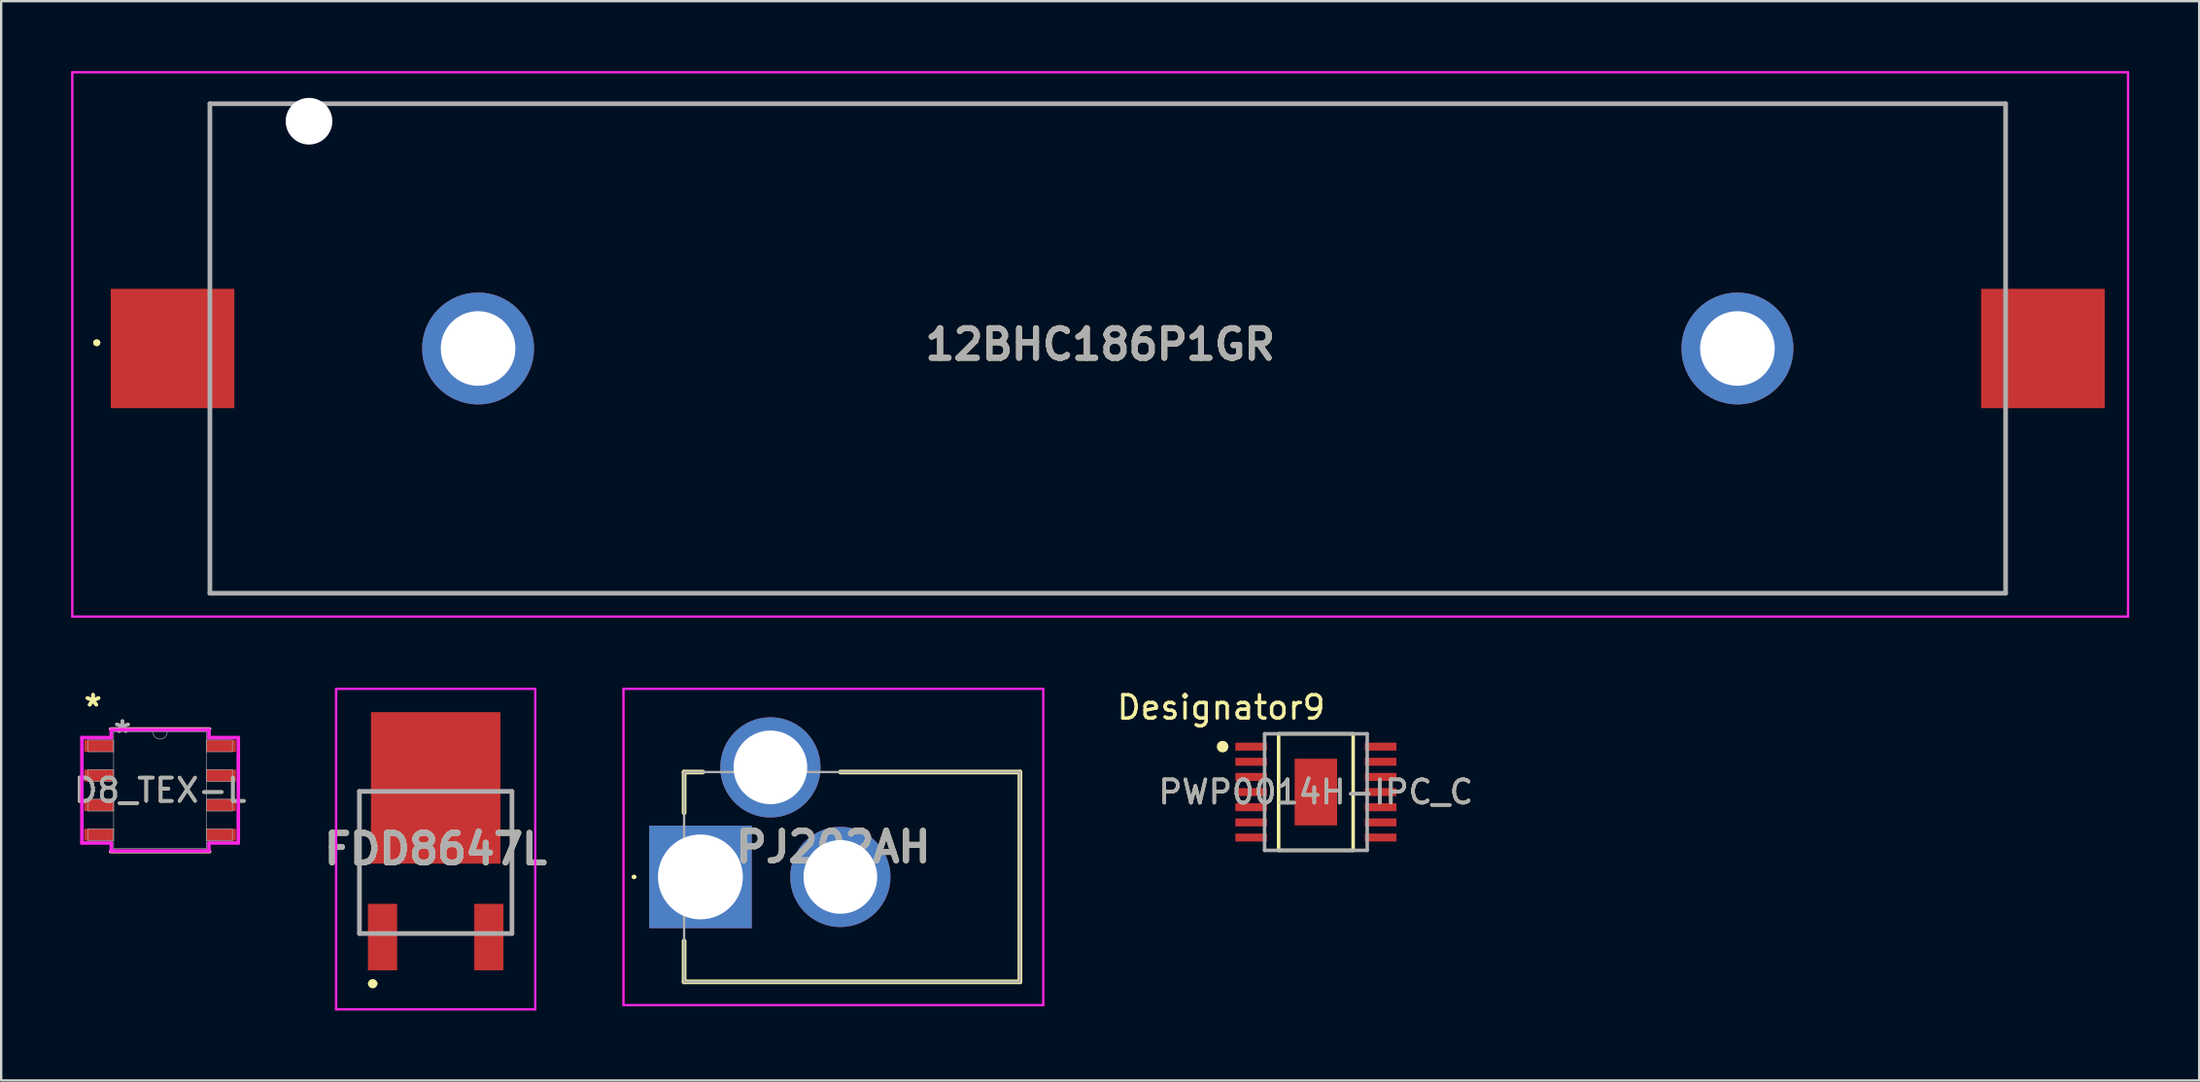
<source format=kicad_pcb>
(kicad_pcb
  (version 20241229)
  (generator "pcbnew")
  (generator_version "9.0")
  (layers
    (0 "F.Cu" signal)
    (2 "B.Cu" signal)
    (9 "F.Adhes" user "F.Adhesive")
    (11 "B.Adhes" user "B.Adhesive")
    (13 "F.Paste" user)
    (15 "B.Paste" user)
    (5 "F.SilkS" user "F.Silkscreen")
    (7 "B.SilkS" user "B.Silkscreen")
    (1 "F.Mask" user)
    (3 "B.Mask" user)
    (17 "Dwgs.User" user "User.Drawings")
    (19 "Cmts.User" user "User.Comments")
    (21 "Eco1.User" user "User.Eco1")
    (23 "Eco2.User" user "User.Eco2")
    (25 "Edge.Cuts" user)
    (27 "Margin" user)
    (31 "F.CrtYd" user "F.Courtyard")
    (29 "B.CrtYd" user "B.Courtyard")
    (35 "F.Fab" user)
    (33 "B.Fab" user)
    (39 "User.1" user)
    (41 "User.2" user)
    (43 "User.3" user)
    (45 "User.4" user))
  (footprint "PJ202AH"
    (layer "F.Cu")
    (at 26.984 34.57)
    (property "Reference" "PJ202AH" (at 5.7 -1.285 0) (layer "F.SilkS") (effects (font (size 1.27 1.27) (thickness 0.254))))
    (attr through_hole)
    (fp_line (start -2.9 0) (end -2.9 0) (stroke (width 0.1) (type solid)) (layer "F.SilkS"))
    (fp_line (start -2.8 0) (end -2.8 0) (stroke (width 0.1) (type solid)) (layer "F.SilkS"))
    (fp_line (start -0.7 -4.5) (end -0.7 -2.75) (stroke (width 0.2) (type solid)) (layer "F.SilkS"))
    (fp_line (start -0.7 2.75) (end -0.7 4.5) (stroke (width 0.2) (type solid)) (layer "F.SilkS"))
    (fp_line (start -0.7 4.5) (end 13.7 4.5) (stroke (width 0.2) (type solid)) (layer "F.SilkS"))
    (fp_line (start 0.1 -4.5) (end -0.7 -4.5) (stroke (width 0.2) (type solid)) (layer "F.SilkS"))
    (fp_line (start 13.7 -4.5) (end 6 -4.5) (stroke (width 0.2) (type solid)) (layer "F.SilkS"))
    (fp_line (start 13.7 4.5) (end 13.7 -4.5) (stroke (width 0.2) (type solid)) (layer "F.SilkS"))
    (fp_arc (start -2.9 0) (mid -2.85 -0.05) (end -2.8 0) (stroke (width 0.1) (type solid)) (layer "F.SilkS"))
    (fp_arc (start -2.8 0) (mid -2.85 0.05) (end -2.9 0) (stroke (width 0.1) (type solid)) (layer "F.SilkS"))
    (fp_line (start -3.3 -8.07) (end 14.7 -8.07) (stroke (width 0.1) (type solid)) (layer "F.CrtYd"))
    (fp_line (start -3.3 5.5) (end -3.3 -8.07) (stroke (width 0.1) (type solid)) (layer "F.CrtYd"))
    (fp_line (start 14.7 -8.07) (end 14.7 5.5) (stroke (width 0.1) (type solid)) (layer "F.CrtYd"))
    (fp_line (start 14.7 5.5) (end -3.3 5.5) (stroke (width 0.1) (type solid)) (layer "F.CrtYd"))
    (fp_line (start -0.7 -4.5) (end 13.7 -4.5) (stroke (width 0.1) (type solid)) (layer "F.Fab"))
    (fp_line (start -0.7 4.5) (end -0.7 -4.5) (stroke (width 0.1) (type solid)) (layer "F.Fab"))
    (fp_line (start 13.7 -4.5) (end 13.7 4.5) (stroke (width 0.1) (type solid)) (layer "F.Fab"))
    (fp_line (start 13.7 4.5) (end -0.7 4.5) (stroke (width 0.1) (type solid)) (layer "F.Fab"))
    (fp_text user "${REFERENCE}" (at 5.7 -1.285 0) (layer "F.Fab") (effects (font (size 1.27 1.27) (thickness 0.254))))
    (pad "1" thru_hole rect (at 0 0) (size 4.4 4.4) (drill 3.64) (layers "*.Cu" "*.Mask"))
    (pad "2" thru_hole circle (at 6 0) (size 4.3 4.3) (drill 3.16) (layers "*.Cu" "*.Mask"))
    (pad "3" thru_hole circle (at 3 -4.7) (size 4.3 4.3) (drill 3.16) (layers "*.Cu" "*.Mask")))
  (footprint "PWP0014H-IPC_C"
    (layer "F.Cu")
    (at 53.375 30.93)
    (property "Reference" "PWP0014H-IPC_C" (at 0 0 0) (unlocked yes) (layer "F.SilkS") (effects (font (size 1 1) (thickness 0.15))))
    (attr smd)
    (fp_line (start -1.598 -2.5) (end 1.598 -2.5) (stroke (width 0.15) (type solid)) (layer "F.SilkS"))
    (fp_line (start -1.598 2.5) (end -1.598 -2.5) (stroke (width 0.15) (type solid)) (layer "F.SilkS"))
    (fp_line (start -1.598 2.5) (end 1.598 2.5) (stroke (width 0.15) (type solid)) (layer "F.SilkS"))
    (fp_line (start 1.598 2.5) (end 1.598 -2.5) (stroke (width 0.15) (type solid)) (layer "F.SilkS"))
    (fp_circle (center -4 -1.95) (end -3.875 -1.95) (stroke (width 0.25) (type solid)) (fill no) (layer "F.SilkS"))
    (fp_poly (pts (xy -0.507 1.027) (xy 0.507 1.027) (xy 0.507 -1.027) (xy -0.507 -1.027)) (stroke (width 0) (type solid)) (fill yes) (layer "F.Paste"))
    (fp_line (start -2.2 -2.5) (end 2.2 -2.5) (stroke (width 0.15) (type solid)) (layer "F.Fab"))
    (fp_line (start -2.2 2.5) (end -2.2 -2.5) (stroke (width 0.15) (type solid)) (layer "F.Fab"))
    (fp_line (start -2.2 2.5) (end 2.2 2.5) (stroke (width 0.15) (type solid)) (layer "F.Fab"))
    (fp_line (start 2.2 2.5) (end 2.2 -2.5) (stroke (width 0.15) (type solid)) (layer "F.Fab"))
    (fp_text user "Designator9" (at -4.064 -3.632 0) (unlocked yes) (layer "F.SilkS") (effects (font (size 1 1) (thickness 0.15))))
    (fp_text user "${REFERENCE}" (at 0 0 0) (unlocked yes) (layer "F.Fab") (effects (font (size 1 1) (thickness 0.15))))
    (pad "1" smd rect (at -2.775 -1.95) (size 1.355 0.341) (layers "F.Cu" "F.Mask" "F.Paste"))
    (pad "2" smd rect (at -2.775 -1.3) (size 1.355 0.341) (layers "F.Cu" "F.Mask" "F.Paste"))
    (pad "3" smd rect (at -2.775 -0.65) (size 1.355 0.341) (layers "F.Cu" "F.Mask" "F.Paste"))
    (pad "4" smd rect (at -2.775 0) (size 1.355 0.341) (layers "F.Cu" "F.Mask" "F.Paste"))
    (pad "5" smd rect (at -2.775 0.65) (size 1.355 0.341) (layers "F.Cu" "F.Mask" "F.Paste"))
    (pad "6" smd rect (at -2.775 1.3) (size 1.355 0.341) (layers "F.Cu" "F.Mask" "F.Paste"))
    (pad "7" smd rect (at -2.775 1.95) (size 1.355 0.341) (layers "F.Cu" "F.Mask" "F.Paste"))
    (pad "8" smd rect (at 2.775 1.95) (size 1.355 0.341) (layers "F.Cu" "F.Mask" "F.Paste"))
    (pad "9" smd rect (at 2.775 1.3) (size 1.355 0.341) (layers "F.Cu" "F.Mask" "F.Paste"))
    (pad "10" smd rect (at 2.775 0.65) (size 1.355 0.341) (layers "F.Cu" "F.Mask" "F.Paste"))
    (pad "11" smd rect (at 2.775 0) (size 1.355 0.341) (layers "F.Cu" "F.Mask" "F.Paste"))
    (pad "12" smd rect (at 2.775 -0.65) (size 1.355 0.341) (layers "F.Cu" "F.Mask" "F.Paste"))
    (pad "13" smd rect (at 2.775 -1.3) (size 1.355 0.341) (layers "F.Cu" "F.Mask" "F.Paste"))
    (pad "14" smd rect (at 2.775 -1.95) (size 1.355 0.341) (layers "F.Cu" "F.Mask" "F.Paste"))
    (pad "15" smd rect (at 0 0) (size 1.82 2.86) (layers "F.Cu" "F.Mask")))
  (footprint "D8_TEX-L"
    (layer "F.Cu")
    (at 3.815 30.854)
    (property "Reference" "D8_TEX-L" (at 0 0 0) (unlocked yes) (layer "F.SilkS") (effects (font (size 1 1) (thickness 0.15))))
    (attr smd)
    (fp_line (start -2.121 2.629) (end 2.121 2.629) (stroke (width 0.152) (type solid)) (layer "F.SilkS"))
    (fp_line (start 2.121 -2.629) (end -2.121 -2.629) (stroke (width 0.152) (type solid)) (layer "F.SilkS"))
    (fp_line (start -3.353 -2.261) (end -2.095 -2.261) (stroke (width 0.152) (type solid)) (layer "F.CrtYd"))
    (fp_line (start -3.353 2.261) (end -3.353 -2.261) (stroke (width 0.152) (type solid)) (layer "F.CrtYd"))
    (fp_line (start -3.353 2.261) (end -2.095 2.261) (stroke (width 0.152) (type solid)) (layer "F.CrtYd"))
    (fp_line (start -2.095 -2.603) (end 2.095 -2.603) (stroke (width 0.152) (type solid)) (layer "F.CrtYd"))
    (fp_line (start -2.095 -2.261) (end -2.095 -2.603) (stroke (width 0.152) (type solid)) (layer "F.CrtYd"))
    (fp_line (start -2.095 2.603) (end -2.095 2.261) (stroke (width 0.152) (type solid)) (layer "F.CrtYd"))
    (fp_line (start 2.095 -2.603) (end 2.095 -2.261) (stroke (width 0.152) (type solid)) (layer "F.CrtYd"))
    (fp_line (start 2.095 2.261) (end 2.095 2.603) (stroke (width 0.152) (type solid)) (layer "F.CrtYd"))
    (fp_line (start 2.095 2.603) (end -2.095 2.603) (stroke (width 0.152) (type solid)) (layer "F.CrtYd"))
    (fp_line (start 3.353 -2.261) (end 2.095 -2.261) (stroke (width 0.152) (type solid)) (layer "F.CrtYd"))
    (fp_line (start 3.353 -2.261) (end 3.353 2.261) (stroke (width 0.152) (type solid)) (layer "F.CrtYd"))
    (fp_line (start 3.353 2.261) (end 2.095 2.261) (stroke (width 0.152) (type solid)) (layer "F.CrtYd"))
    (fp_line (start -3.099 -2.159) (end -3.099 -1.651) (stroke (width 0.025) (type solid)) (layer "F.Fab"))
    (fp_line (start -3.099 -1.651) (end -1.994 -1.651) (stroke (width 0.025) (type solid)) (layer "F.Fab"))
    (fp_line (start -3.099 -0.889) (end -3.099 -0.381) (stroke (width 0.025) (type solid)) (layer "F.Fab"))
    (fp_line (start -3.099 -0.381) (end -1.994 -0.381) (stroke (width 0.025) (type solid)) (layer "F.Fab"))
    (fp_line (start -3.099 0.381) (end -3.099 0.889) (stroke (width 0.025) (type solid)) (layer "F.Fab"))
    (fp_line (start -3.099 0.889) (end -1.994 0.889) (stroke (width 0.025) (type solid)) (layer "F.Fab"))
    (fp_line (start -3.099 1.651) (end -3.099 2.159) (stroke (width 0.025) (type solid)) (layer "F.Fab"))
    (fp_line (start -3.099 2.159) (end -1.994 2.159) (stroke (width 0.025) (type solid)) (layer "F.Fab"))
    (fp_line (start -1.994 -2.502) (end -1.994 2.502) (stroke (width 0.025) (type solid)) (layer "F.Fab"))
    (fp_line (start -1.994 -2.159) (end -3.099 -2.159) (stroke (width 0.025) (type solid)) (layer "F.Fab"))
    (fp_line (start -1.994 -1.651) (end -1.994 -2.159) (stroke (width 0.025) (type solid)) (layer "F.Fab"))
    (fp_line (start -1.994 -0.889) (end -3.099 -0.889) (stroke (width 0.025) (type solid)) (layer "F.Fab"))
    (fp_line (start -1.994 -0.381) (end -1.994 -0.889) (stroke (width 0.025) (type solid)) (layer "F.Fab"))
    (fp_line (start -1.994 0.381) (end -3.099 0.381) (stroke (width 0.025) (type solid)) (layer "F.Fab"))
    (fp_line (start -1.994 0.889) (end -1.994 0.381) (stroke (width 0.025) (type solid)) (layer "F.Fab"))
    (fp_line (start -1.994 1.651) (end -3.099 1.651) (stroke (width 0.025) (type solid)) (layer "F.Fab"))
    (fp_line (start -1.994 2.159) (end -1.994 1.651) (stroke (width 0.025) (type solid)) (layer "F.Fab"))
    (fp_line (start -1.994 2.502) (end 1.994 2.502) (stroke (width 0.025) (type solid)) (layer "F.Fab"))
    (fp_line (start 1.994 -2.502) (end -1.994 -2.502) (stroke (width 0.025) (type solid)) (layer "F.Fab"))
    (fp_line (start 1.994 -2.159) (end 1.994 -1.651) (stroke (width 0.025) (type solid)) (layer "F.Fab"))
    (fp_line (start 1.994 -1.651) (end 3.099 -1.651) (stroke (width 0.025) (type solid)) (layer "F.Fab"))
    (fp_line (start 1.994 -0.889) (end 1.994 -0.381) (stroke (width 0.025) (type solid)) (layer "F.Fab"))
    (fp_line (start 1.994 -0.381) (end 3.099 -0.381) (stroke (width 0.025) (type solid)) (layer "F.Fab"))
    (fp_line (start 1.994 0.381) (end 1.994 0.889) (stroke (width 0.025) (type solid)) (layer "F.Fab"))
    (fp_line (start 1.994 0.889) (end 3.099 0.889) (stroke (width 0.025) (type solid)) (layer "F.Fab"))
    (fp_line (start 1.994 1.651) (end 1.994 2.159) (stroke (width 0.025) (type solid)) (layer "F.Fab"))
    (fp_line (start 1.994 2.159) (end 3.099 2.159) (stroke (width 0.025) (type solid)) (layer "F.Fab"))
    (fp_line (start 1.994 2.502) (end 1.994 -2.502) (stroke (width 0.025) (type solid)) (layer "F.Fab"))
    (fp_line (start 3.099 -2.159) (end 1.994 -2.159) (stroke (width 0.025) (type solid)) (layer "F.Fab"))
    (fp_line (start 3.099 -1.651) (end 3.099 -2.159) (stroke (width 0.025) (type solid)) (layer "F.Fab"))
    (fp_line (start 3.099 -0.889) (end 1.994 -0.889) (stroke (width 0.025) (type solid)) (layer "F.Fab"))
    (fp_line (start 3.099 -0.381) (end 3.099 -0.889) (stroke (width 0.025) (type solid)) (layer "F.Fab"))
    (fp_line (start 3.099 0.381) (end 1.994 0.381) (stroke (width 0.025) (type solid)) (layer "F.Fab"))
    (fp_line (start 3.099 0.889) (end 3.099 0.381) (stroke (width 0.025) (type solid)) (layer "F.Fab"))
    (fp_line (start 3.099 1.651) (end 1.994 1.651) (stroke (width 0.025) (type solid)) (layer "F.Fab"))
    (fp_line (start 3.099 2.159) (end 3.099 1.651) (stroke (width 0.025) (type solid)) (layer "F.Fab"))
    (fp_arc (start 0.3048 -2.5019) (mid 0 -2.1971) (end -0.3048 -2.5019) (stroke (width 0.0254) (type solid)) (layer "F.Fab"))
    (fp_text user "*" (at -2.877 -3.556 0) (layer "F.SilkS") (effects (font (size 1 1) (thickness 0.15))))
    (fp_text user "*" (at -2.877 -3.556 0) (unlocked yes) (layer "F.SilkS") (effects (font (size 1 1) (thickness 0.15))))
    (fp_text user "*" (at -1.613 -2.426 0) (unlocked yes) (layer "F.Fab") (effects (font (size 1 1) (thickness 0.15))))
    (fp_text user "${REFERENCE}" (at 0 0 0) (unlocked yes) (layer "F.Fab") (effects (font (size 1 1) (thickness 0.15))))
    (fp_text user "*" (at -1.613 -2.426 0) (layer "F.Fab") (effects (font (size 1 1) (thickness 0.15))))
    (pad "1" smd rect (at -2.623 -1.905) (size 1.257 0.508) (layers "F.Cu" "F.Mask" "F.Paste"))
    (pad "2" smd rect (at -2.623 -0.635) (size 1.257 0.508) (layers "F.Cu" "F.Mask" "F.Paste"))
    (pad "3" smd rect (at -2.623 0.635) (size 1.257 0.508) (layers "F.Cu" "F.Mask" "F.Paste"))
    (pad "4" smd rect (at -2.623 1.905) (size 1.257 0.508) (layers "F.Cu" "F.Mask" "F.Paste"))
    (pad "5" smd rect (at 2.623 1.905) (size 1.257 0.508) (layers "F.Cu" "F.Mask" "F.Paste"))
    (pad "6" smd rect (at 2.623 0.635) (size 1.257 0.508) (layers "F.Cu" "F.Mask" "F.Paste"))
    (pad "7" smd rect (at 2.623 -0.635) (size 1.257 0.508) (layers "F.Cu" "F.Mask" "F.Paste"))
    (pad "8" smd rect (at 2.623 -1.905) (size 1.257 0.508) (layers "F.Cu" "F.Mask" "F.Paste")))
  (footprint "12BHC186P1GR"
    (layer "F.Cu")
    (at 44.45 11.9)
    (property "Reference" "12BHC186P1GR" (at -0.325 -0.175 0) (layer "F.SilkS") (effects (font (size 1.27 1.27) (thickness 0.254))))
    (attr through_hole)
    (fp_line (start -43.4 -0.25) (end -43.4 -0.25) (stroke (width 0.2) (type solid)) (layer "F.SilkS"))
    (fp_line (start -43.4 -0.25) (end -43.4 -0.25) (stroke (width 0.2) (type solid)) (layer "F.SilkS"))
    (fp_line (start -43.3 -0.25) (end -43.3 -0.25) (stroke (width 0.2) (type solid)) (layer "F.SilkS"))
    (fp_line (start -38.5 -10.5) (end -38.5 -10.5) (stroke (width 0.1) (type solid)) (layer "F.SilkS"))
    (fp_line (start -38.5 -10.5) (end -38.5 -10.5) (stroke (width 0.1) (type solid)) (layer "F.SilkS"))
    (fp_line (start -38.5 -10.5) (end -38.5 -3.25) (stroke (width 0.1) (type solid)) (layer "F.SilkS"))
    (fp_line (start -38.5 -10.5) (end -35.75 -10.5) (stroke (width 0.1) (type solid)) (layer "F.SilkS"))
    (fp_line (start -38.5 -3.25) (end -38.5 -10.5) (stroke (width 0.1) (type solid)) (layer "F.SilkS"))
    (fp_line (start -38.5 -3.25) (end -38.5 -3.25) (stroke (width 0.1) (type solid)) (layer "F.SilkS"))
    (fp_line (start -38.5 3.25) (end -38.5 3.25) (stroke (width 0.1) (type solid)) (layer "F.SilkS"))
    (fp_line (start -38.5 3.25) (end -38.5 10.5) (stroke (width 0.1) (type solid)) (layer "F.SilkS"))
    (fp_line (start -38.5 10.5) (end -38.5 3.25) (stroke (width 0.1) (type solid)) (layer "F.SilkS"))
    (fp_line (start -38.5 10.5) (end -38.5 10.5) (stroke (width 0.1) (type solid)) (layer "F.SilkS"))
    (fp_line (start -38.5 10.5) (end -38.5 10.5) (stroke (width 0.1) (type solid)) (layer "F.SilkS"))
    (fp_line (start -38.5 10.5) (end 38.5 10.5) (stroke (width 0.1) (type solid)) (layer "F.SilkS"))
    (fp_line (start -35.75 -10.5) (end -38.5 -10.5) (stroke (width 0.1) (type solid)) (layer "F.SilkS"))
    (fp_line (start -35.75 -10.5) (end -35.75 -10.5) (stroke (width 0.1) (type solid)) (layer "F.SilkS"))
    (fp_line (start -32.75 -10.5) (end -32.75 -10.5) (stroke (width 0.1) (type solid)) (layer "F.SilkS"))
    (fp_line (start -32.75 -10.5) (end 38.5 -10.5) (stroke (width 0.1) (type solid)) (layer "F.SilkS"))
    (fp_line (start 38.5 -10.5) (end -32.75 -10.5) (stroke (width 0.1) (type solid)) (layer "F.SilkS"))
    (fp_line (start 38.5 -10.5) (end 38.5 -10.5) (stroke (width 0.1) (type solid)) (layer "F.SilkS"))
    (fp_line (start 38.5 -10.5) (end 38.5 -10.5) (stroke (width 0.1) (type solid)) (layer "F.SilkS"))
    (fp_line (start 38.5 -10.5) (end 38.5 -3.25) (stroke (width 0.1) (type solid)) (layer "F.SilkS"))
    (fp_line (start 38.5 -3.25) (end 38.5 -10.5) (stroke (width 0.1) (type solid)) (layer "F.SilkS"))
    (fp_line (start 38.5 -3.25) (end 38.5 -3.25) (stroke (width 0.1) (type solid)) (layer "F.SilkS"))
    (fp_line (start 38.5 3.25) (end 38.5 3.25) (stroke (width 0.1) (type solid)) (layer "F.SilkS"))
    (fp_line (start 38.5 3.25) (end 38.5 10.5) (stroke (width 0.1) (type solid)) (layer "F.SilkS"))
    (fp_line (start 38.5 10.5) (end -38.5 10.5) (stroke (width 0.1) (type solid)) (layer "F.SilkS"))
    (fp_line (start 38.5 10.5) (end 38.5 3.25) (stroke (width 0.1) (type solid)) (layer "F.SilkS"))
    (fp_line (start 38.5 10.5) (end 38.5 10.5) (stroke (width 0.1) (type solid)) (layer "F.SilkS"))
    (fp_line (start 38.5 10.5) (end 38.5 10.5) (stroke (width 0.1) (type solid)) (layer "F.SilkS"))
    (fp_arc (start -43.4 -0.25) (mid -43.35 -0.3) (end -43.3 -0.25) (stroke (width 0.2) (type solid)) (layer "F.SilkS"))
    (fp_arc (start -43.3 -0.25) (mid -43.35 -0.2) (end -43.4 -0.25) (stroke (width 0.2) (type solid)) (layer "F.SilkS"))
    (fp_arc (start -43.3 -0.25) (mid -43.35 -0.2) (end -43.4 -0.25) (stroke (width 0.2) (type solid)) (layer "F.SilkS"))
    (fp_line (start -44.4 -11.85) (end 43.75 -11.85) (stroke (width 0.1) (type solid)) (layer "F.CrtYd"))
    (fp_line (start -44.4 11.5) (end -44.4 -11.85) (stroke (width 0.1) (type solid)) (layer "F.CrtYd"))
    (fp_line (start 43.75 -11.85) (end 43.75 11.5) (stroke (width 0.1) (type solid)) (layer "F.CrtYd"))
    (fp_line (start 43.75 11.5) (end -44.4 11.5) (stroke (width 0.1) (type solid)) (layer "F.CrtYd"))
    (fp_line (start -38.5 -10.5) (end -38.5 10.5) (stroke (width 0.2) (type solid)) (layer "F.Fab"))
    (fp_line (start -38.5 10.5) (end 38.5 10.5) (stroke (width 0.2) (type solid)) (layer "F.Fab"))
    (fp_line (start 38.5 -10.5) (end -38.5 -10.5) (stroke (width 0.2) (type solid)) (layer "F.Fab"))
    (fp_line (start 38.5 10.5) (end 38.5 -10.5) (stroke (width 0.2) (type solid)) (layer "F.Fab"))
    (fp_text user "${REFERENCE}" (at -0.325 -0.175 0) (layer "F.Fab") (effects (font (size 1.27 1.27) (thickness 0.254))))
    (pad "" np_thru_hole circle (at -34.25 -9.75) (size 2 2) (drill 2) (layers "*.Cu" "*.Mask"))
    (pad "1" smd rect (at -40.1 0 90) (size 5.12 5.3) (layers "F.Cu" "F.Mask" "F.Paste"))
    (pad "2" smd rect (at 40.1 0 90) (size 5.12 5.3) (layers "F.Cu" "F.Mask" "F.Paste"))
    (pad "MH1" thru_hole circle (at -27 0) (size 4.8 4.8) (drill 3.2) (layers "*.Cu" "*.Mask"))
    (pad "MH2" thru_hole circle (at 27 0) (size 4.8 4.8) (drill 3.2) (layers "*.Cu" "*.Mask")))
  (footprint "FDD8647L"
    (layer "F.Cu")
    (at 15.632 33.95)
    (property "Reference" "FDD8647L" (at 0 -0.575 0) (layer "F.SilkS") (effects (font (size 1.27 1.27) (thickness 0.254))))
    (attr smd)
    (fp_line (start -3.27 -3.048) (end -3.27 3) (stroke (width 0.1) (type solid)) (layer "F.SilkS"))
    (fp_line (start -2.8 5.2) (end -2.8 5.2) (stroke (width 0.2) (type solid)) (layer "F.SilkS"))
    (fp_line (start -2.6 5.2) (end -2.6 5.2) (stroke (width 0.2) (type solid)) (layer "F.SilkS"))
    (fp_line (start -1.5 3.048) (end 1.5 3.048) (stroke (width 0.1) (type solid)) (layer "F.SilkS"))
    (fp_line (start 3.27 -3) (end 3.27 3) (stroke (width 0.1) (type solid)) (layer "F.SilkS"))
    (fp_arc (start -2.8 5.2) (mid -2.7 5.1) (end -2.6 5.2) (stroke (width 0.2) (type solid)) (layer "F.SilkS"))
    (fp_arc (start -2.6 5.2) (mid -2.7 5.3) (end -2.8 5.2) (stroke (width 0.2) (type solid)) (layer "F.SilkS"))
    (fp_line (start -4.27 -7.45) (end 4.27 -7.45) (stroke (width 0.1) (type solid)) (layer "F.CrtYd"))
    (fp_line (start -4.27 6.3) (end -4.27 -7.45) (stroke (width 0.1) (type solid)) (layer "F.CrtYd"))
    (fp_line (start 4.27 -7.45) (end 4.27 6.3) (stroke (width 0.1) (type solid)) (layer "F.CrtYd"))
    (fp_line (start 4.27 6.3) (end -4.27 6.3) (stroke (width 0.1) (type solid)) (layer "F.CrtYd"))
    (fp_line (start -3.27 -3.048) (end 3.27 -3.048) (stroke (width 0.2) (type solid)) (layer "F.Fab"))
    (fp_line (start -3.27 3.048) (end -3.27 -3.048) (stroke (width 0.2) (type solid)) (layer "F.Fab"))
    (fp_line (start 3.27 -3.048) (end 3.27 3.048) (stroke (width 0.2) (type solid)) (layer "F.Fab"))
    (fp_line (start 3.27 3.048) (end -3.27 3.048) (stroke (width 0.2) (type solid)) (layer "F.Fab"))
    (fp_text user "${REFERENCE}" (at 0 -0.575 0) (layer "F.Fab") (effects (font (size 1.27 1.27) (thickness 0.254))))
    (pad "1" smd rect (at -2.28 3.2) (size 1.25 2.85) (layers "F.Cu" "F.Mask" "F.Paste"))
    (pad "2" smd rect (at 0 -3.2) (size 5.55 6.5) (layers "F.Cu" "F.Mask" "F.Paste"))
    (pad "3" smd rect (at 2.28 3.2) (size 1.25 2.85) (layers "F.Cu" "F.Mask" "F.Paste")))
  (gr_rect
    (start -3 -3)
    (end 91.25 43.3)
    (stroke (width 0.1) (type default))
    (fill no)
    (layer "Edge.Cuts")))
</source>
